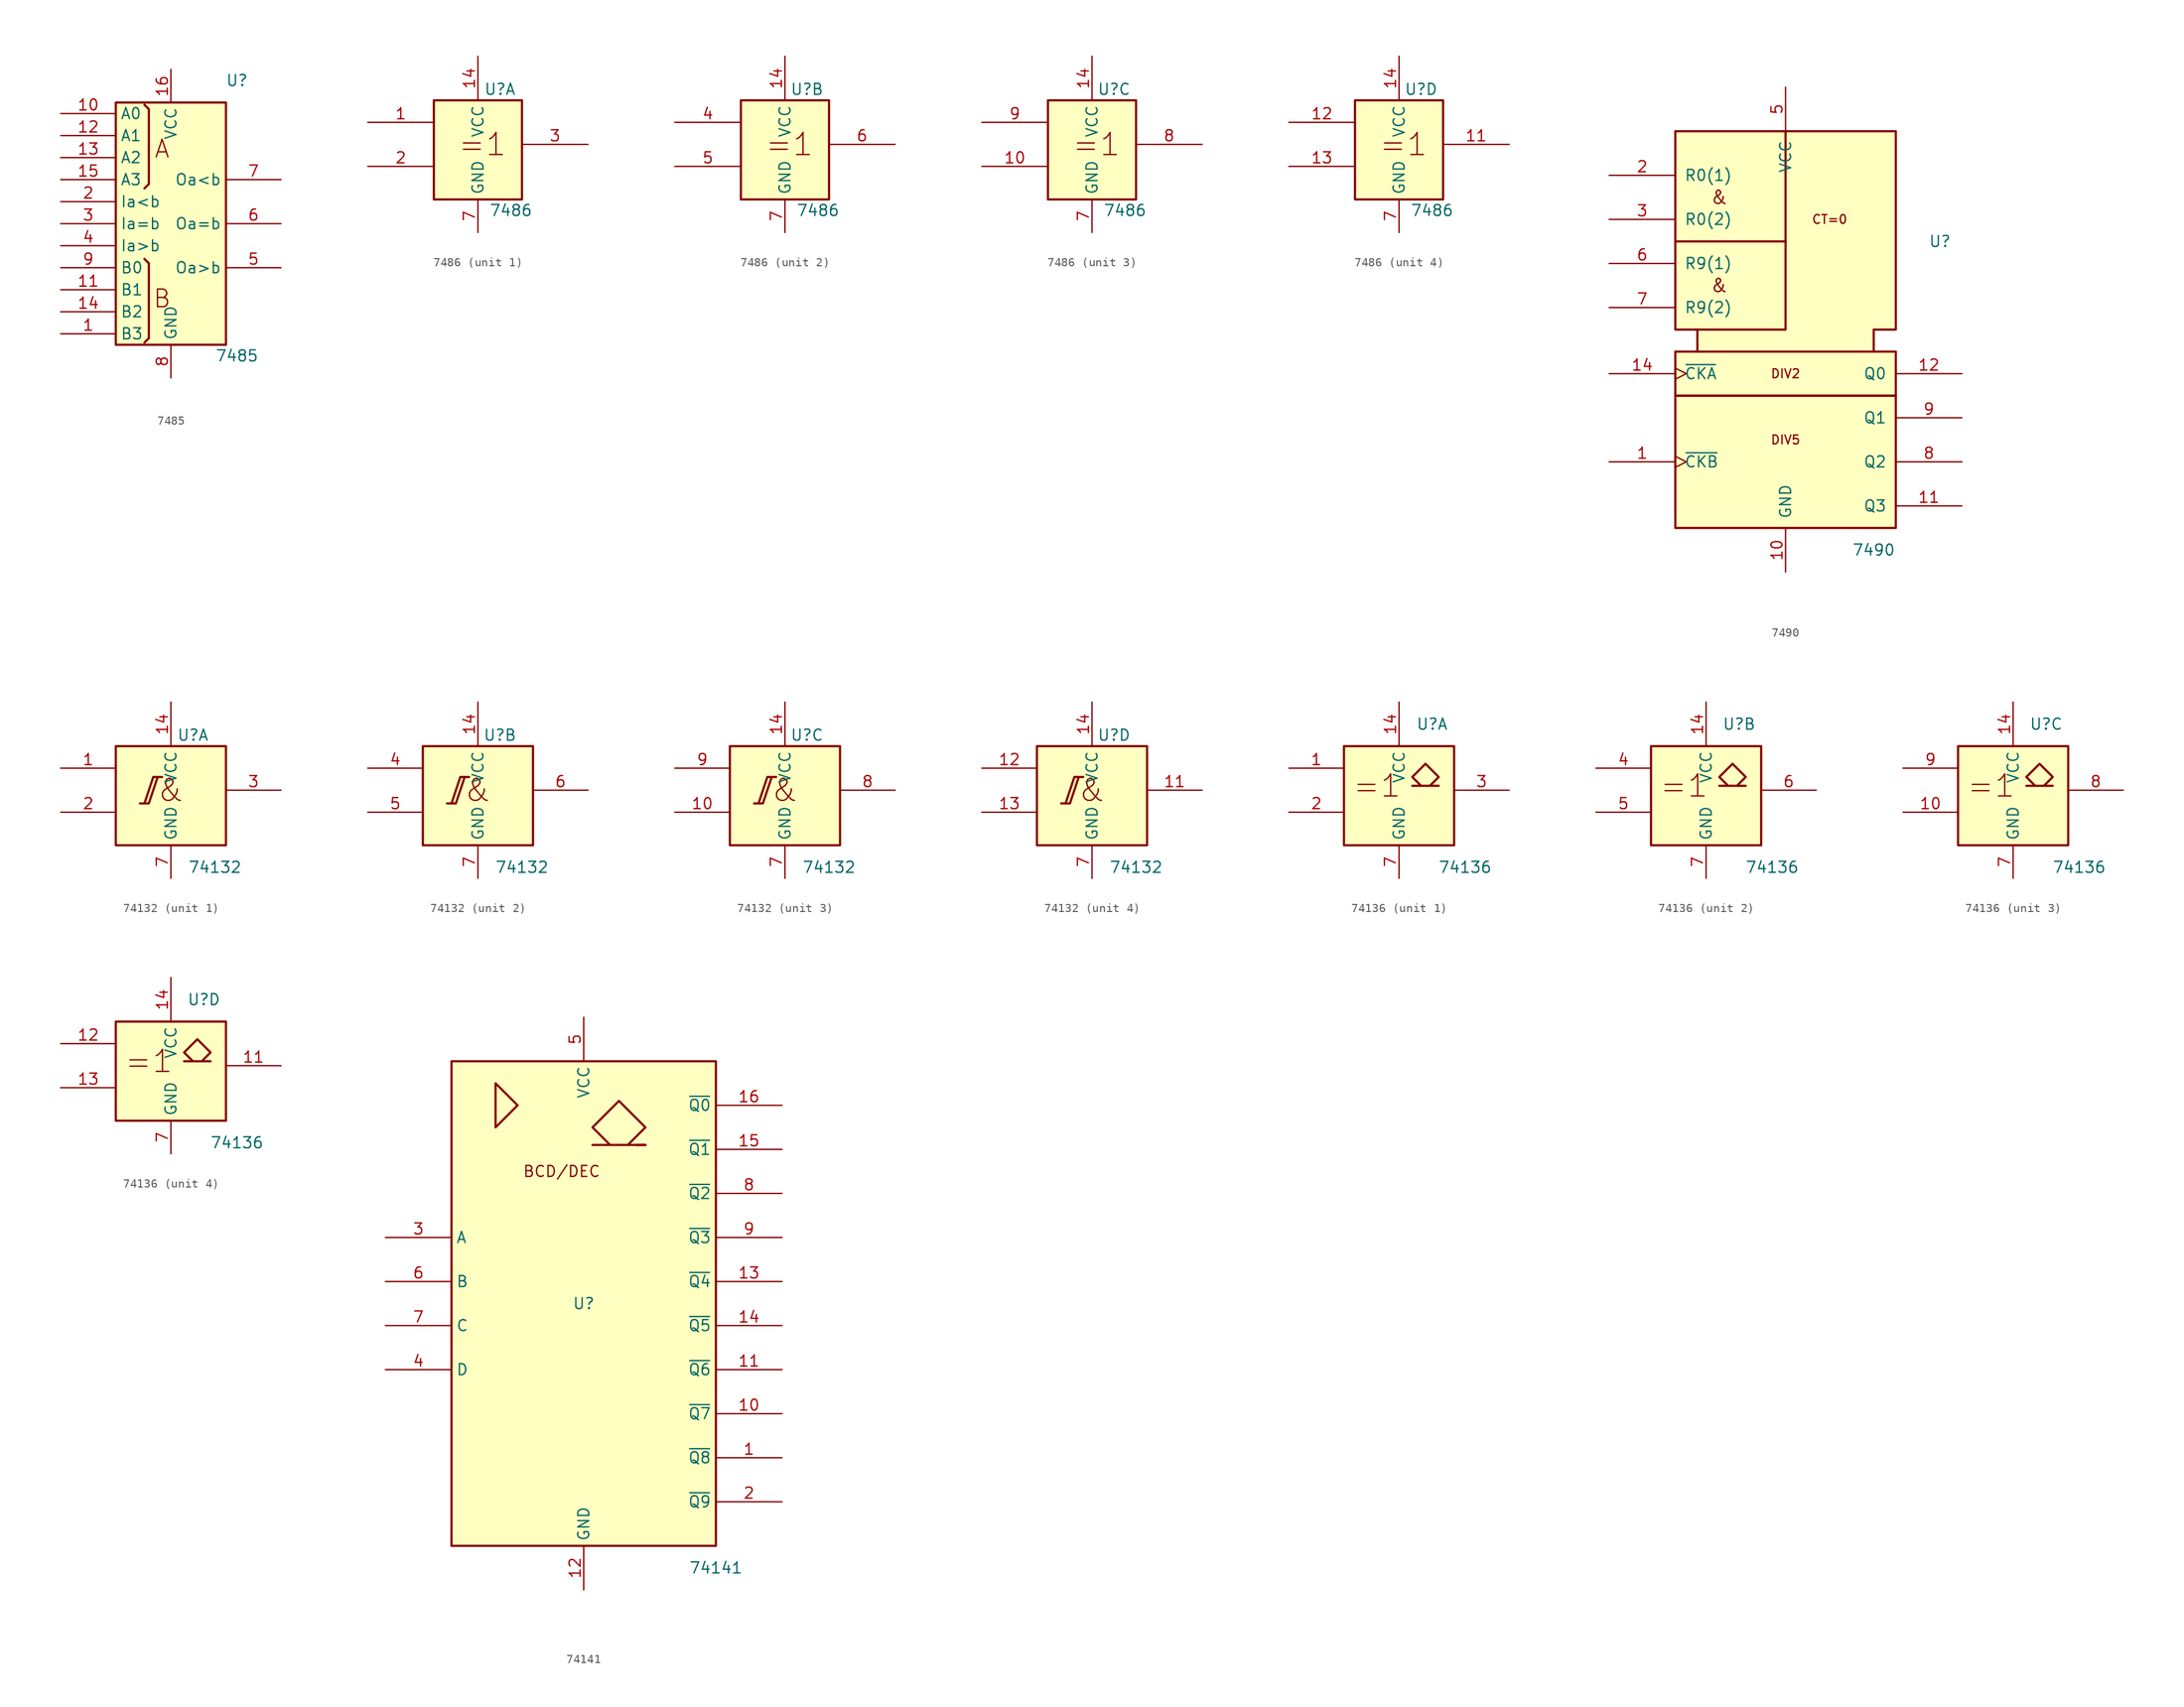
<source format=kicad_sym>
(kicad_symbol_lib
  (version 20231120)
  (generator "kicad_symbol_editor")
  (generator_version "8.0")
  (symbol "7485"
    (property "Reference" "U"
      (at 7.62 16.51 0)
      (effects (font (size 1.27 1.27))))
    (property "Value" "7485"
      (at 7.62 -15.24 0)
      (effects (font (size 1.27 1.27))))
    (symbol "7485_0_0"
      (rectangle (start -6.35 13.97) (end 6.35 -13.97) (stroke (width 0.254) (type default)) (fill (type background)))
      (polyline (pts (xy -3.048 -13.716) (xy -2.54 -13.208) (xy -2.54 -4.572) (xy -3.048 -4.064) (xy -3.048 -4.064)) (stroke (width 0.254) (type default)) (fill (type background)))
      (polyline (pts (xy -3.048 13.716) (xy -2.54 13.208) (xy -2.54 4.572) (xy -3.048 4.064) (xy -3.048 4.064)) (stroke (width 0.254) (type default)) (fill (type background)))
      (text "A" (at -1.016 8.636 0) (effects (font (size 2.032 2.032))))
      (text "B" (at -1.016 -8.636 0) (effects (font (size 2.032 2.032))))
      (pin power_in line (at 0 17.78 270) (length 3.81) (name "VCC" (effects (font (size 1.27 1.27)))) (number "16" (effects (font (size 1.27 1.27)))))
      (pin power_in line (at 0 -17.78 90) (length 3.81) (name "GND" (effects (font (size 1.27 1.27)))) (number "8" (effects (font (size 1.27 1.27))))))
    (symbol "7485_1_1"
      (pin input line (at -12.7 -12.7 0) (length 6.35) (name "B3" (effects (font (size 1.27 1.27)))) (number "1" (effects (font (size 1.27 1.27)))))
      (pin input line (at -12.7 12.7 0) (length 6.35) (name "A0" (effects (font (size 1.27 1.27)))) (number "10" (effects (font (size 1.27 1.27)))))
      (pin input line (at -12.7 -7.62 0) (length 6.35) (name "B1" (effects (font (size 1.27 1.27)))) (number "11" (effects (font (size 1.27 1.27)))))
      (pin input line (at -12.7 10.16 0) (length 6.35) (name "A1" (effects (font (size 1.27 1.27)))) (number "12" (effects (font (size 1.27 1.27)))))
      (pin input line (at -12.7 7.62 0) (length 6.35) (name "A2" (effects (font (size 1.27 1.27)))) (number "13" (effects (font (size 1.27 1.27)))))
      (pin input line (at -12.7 -10.16 0) (length 6.35) (name "B2" (effects (font (size 1.27 1.27)))) (number "14" (effects (font (size 1.27 1.27)))))
      (pin input line (at -12.7 5.08 0) (length 6.35) (name "A3" (effects (font (size 1.27 1.27)))) (number "15" (effects (font (size 1.27 1.27)))))
      (pin input line (at -12.7 2.54 0) (length 6.35) (name "Ia<b" (effects (font (size 1.27 1.27)))) (number "2" (effects (font (size 1.27 1.27)))))
      (pin input line (at -12.7 0 0) (length 6.35) (name "Ia=b" (effects (font (size 1.27 1.27)))) (number "3" (effects (font (size 1.27 1.27)))))
      (pin input line (at -12.7 -2.54 0) (length 6.35) (name "Ia>b" (effects (font (size 1.27 1.27)))) (number "4" (effects (font (size 1.27 1.27)))))
      (pin output line (at 12.7 -5.08 180) (length 6.35) (name "Oa>b" (effects (font (size 1.27 1.27)))) (number "5" (effects (font (size 1.27 1.27)))))
      (pin output line (at 12.7 0 180) (length 6.35) (name "Oa=b" (effects (font (size 1.27 1.27)))) (number "6" (effects (font (size 1.27 1.27)))))
      (pin output line (at 12.7 5.08 180) (length 6.35) (name "Oa<b" (effects (font (size 1.27 1.27)))) (number "7" (effects (font (size 1.27 1.27)))))
      (pin input line (at -12.7 -5.08 0) (length 6.35) (name "B0" (effects (font (size 1.27 1.27)))) (number "9" (effects (font (size 1.27 1.27)))))))
  (symbol "7486"
    (property "Reference" "U"
      (at 2.54 6.35 0)
      (effects (font (size 1.27 1.27))))
    (property "Value" "7486"
      (at 3.81 -7.62 0)
      (effects (font (size 1.27 1.27))))
    (symbol "7486_0_1"
      (rectangle (start -5.08 5.08) (end 5.08 -6.35) (stroke (width 0.254) (type default)) (fill (type background)))
      (text "=1" (at 0.508 0 0) (effects (font (size 2.54 2.54))))
      (pin power_in line (at 0 10.16 270) (length 5.08) (name "VCC" (effects (font (size 1.27 1.27)))) (number "14" (effects (font (size 1.27 1.27)))))
      (pin power_in line (at 0 -10.16 90) (length 3.81) (name "GND" (effects (font (size 1.27 1.27)))) (number "7" (effects (font (size 1.27 1.27))))))
    (symbol "7486_1_1"
      (pin input line (at -12.7 2.54 0) (length 7.62) (name "~" (effects (font (size 1.27 1.27)))) (number "1" (effects (font (size 1.27 1.27)))))
      (pin input line (at -12.7 -2.54 0) (length 7.62) (name "~" (effects (font (size 1.27 1.27)))) (number "2" (effects (font (size 1.27 1.27)))))
      (pin output line (at 12.7 0 180) (length 7.62) (name "~" (effects (font (size 1.27 1.27)))) (number "3" (effects (font (size 1.27 1.27))))))
    (symbol "7486_2_1"
      (pin input line (at -12.7 2.54 0) (length 7.62) (name "~" (effects (font (size 1.27 1.27)))) (number "4" (effects (font (size 1.27 1.27)))))
      (pin input line (at -12.7 -2.54 0) (length 7.62) (name "~" (effects (font (size 1.27 1.27)))) (number "5" (effects (font (size 1.27 1.27)))))
      (pin output line (at 12.7 0 180) (length 7.62) (name "~" (effects (font (size 1.27 1.27)))) (number "6" (effects (font (size 1.27 1.27))))))
    (symbol "7486_3_1"
      (pin input line (at -12.7 -2.54 0) (length 7.62) (name "~" (effects (font (size 1.27 1.27)))) (number "10" (effects (font (size 1.27 1.27)))))
      (pin output line (at 12.7 0 180) (length 7.62) (name "~" (effects (font (size 1.27 1.27)))) (number "8" (effects (font (size 1.27 1.27)))))
      (pin input line (at -12.7 2.54 0) (length 7.62) (name "~" (effects (font (size 1.27 1.27)))) (number "9" (effects (font (size 1.27 1.27))))))
    (symbol "7486_4_1"
      (pin output line (at 12.7 0 180) (length 7.62) (name "~" (effects (font (size 1.27 1.27)))) (number "11" (effects (font (size 1.27 1.27)))))
      (pin input line (at -12.7 2.54 0) (length 7.62) (name "~" (effects (font (size 1.27 1.27)))) (number "12" (effects (font (size 1.27 1.27)))))
      (pin input line (at -12.7 -2.54 0) (length 7.62) (name "~" (effects (font (size 1.27 1.27)))) (number "13" (effects (font (size 1.27 1.27)))))))
  (symbol "7490"
    (pin_names
      (offset 1.016))
    (property "Reference" "U"
      (at 17.78 30.48 0)
      (effects (font (size 1.27 1.27))))
    (property "Value" "7490"
      (at 10.16 -5.08 0)
      (effects (font (size 1.27 1.27))))
    (symbol "7490_0_0"
      (rectangle (start -12.7 12.7) (end 12.7 -2.54) (stroke (width 0.254) (type default)) (fill (type background)))
      (rectangle (start -12.7 17.78) (end 12.7 12.7) (stroke (width 0.254) (type default)) (fill (type background)))
      (polyline (pts (xy 0 30.48) (xy -12.7 30.48) (xy -12.7 30.48)) (stroke (width 0.254) (type default)) (fill (type background)))
      (polyline (pts (xy 0 43.18) (xy 0 30.48) (xy 0 30.48)) (stroke (width 0.254) (type default)) (fill (type background)))
      (polyline (pts (xy 0 30.48) (xy 0 20.32) (xy -10.16 20.32) (xy -10.16 20.32)) (stroke (width 0.254) (type default)) (fill (type background)))
      (polyline (pts (xy -10.16 17.78) (xy -10.16 20.32) (xy -12.7 20.32) (xy -12.7 43.18) (xy 12.7 43.18) (xy 12.7 20.32) (xy 10.16 20.32) (xy 10.16 17.78) (xy 10.16 17.78)) (stroke (width 0.254) (type default)) (fill (type background)))
      (text "&" (at -7.62 25.4 0) (effects (font (size 1.524 1.524))))
      (text "&" (at -7.62 35.56 0) (effects (font (size 1.524 1.524))))
      (text "CT=0" (at 5.08 33.02 0) (effects (font (size 1.016 1.016))))
      (text "DIV2" (at 0 15.24 0) (effects (font (size 1.016 1.016))))
      (text "DIV5" (at 0 7.62 0) (effects (font (size 1.016 1.016))))
      (pin power_in line (at 0 -7.62 90) (length 5.08) (name "GND" (effects (font (size 1.27 1.27)))) (number "10" (effects (font (size 1.27 1.27)))))
      (pin power_in line (at 0 48.26 270) (length 5.08) (name "VCC" (effects (font (size 1.27 1.27)))) (number "5" (effects (font (size 1.27 1.27))))))
    (symbol "7490_1_1"
      (pin input clock (at -20.32 5.08 0) (length 7.62) (name "~{CKB}" (effects (font (size 1.27 1.27)))) (number "1" (effects (font (size 1.27 1.27)))))
      (pin output line (at 20.32 0 180) (length 7.62) (name "Q3" (effects (font (size 1.27 1.27)))) (number "11" (effects (font (size 1.27 1.27)))))
      (pin output line (at 20.32 15.24 180) (length 7.62) (name "Q0" (effects (font (size 1.27 1.27)))) (number "12" (effects (font (size 1.27 1.27)))))
      (pin input clock (at -20.32 15.24 0) (length 7.62) (name "~{CKA}" (effects (font (size 1.27 1.27)))) (number "14" (effects (font (size 1.27 1.27)))))
      (pin input line (at -20.32 38.1 0) (length 7.62) (name "R0(1)" (effects (font (size 1.27 1.27)))) (number "2" (effects (font (size 1.27 1.27)))))
      (pin input line (at -20.32 33.02 0) (length 7.62) (name "R0(2)" (effects (font (size 1.27 1.27)))) (number "3" (effects (font (size 1.27 1.27)))))
      (pin input line (at -20.32 27.94 0) (length 7.62) (name "R9(1)" (effects (font (size 1.27 1.27)))) (number "6" (effects (font (size 1.27 1.27)))))
      (pin input line (at -20.32 22.86 0) (length 7.62) (name "R9(2)" (effects (font (size 1.27 1.27)))) (number "7" (effects (font (size 1.27 1.27)))))
      (pin output line (at 20.32 5.08 180) (length 7.62) (name "Q2" (effects (font (size 1.27 1.27)))) (number "8" (effects (font (size 1.27 1.27)))))
      (pin output line (at 20.32 10.16 180) (length 7.62) (name "Q1" (effects (font (size 1.27 1.27)))) (number "9" (effects (font (size 1.27 1.27)))))))
  (symbol "74132"
    (property "Reference" "U"
      (at 2.54 6.35 0)
      (effects (font (size 1.27 1.27))))
    (property "Value" "74132"
      (at 5.08 -8.89 0)
      (effects (font (size 1.27 1.27))))
    (symbol "74132_0_0"
      (polyline (pts (xy -3.556 -1.524) (xy -2.54 -1.524) (xy -1.524 1.524) (xy -1.016 1.524) (xy -2.032 1.524) (xy -3.048 -1.524) (xy -3.048 -1.524)) (stroke (width 0.254) (type default)) (fill (type background))))
    (symbol "74132_0_1"
      (rectangle (start -6.35 5.08) (end 6.35 -6.35) (stroke (width 0.254) (type default)) (fill (type background)))
      (text "&" (at 0 0 0) (effects (font (size 2.54 2.54))))
      (pin power_in line (at 0 10.16 270) (length 5.08) (name "VCC" (effects (font (size 1.27 1.27)))) (number "14" (effects (font (size 1.27 1.27)))))
      (pin power_in line (at 0 -10.16 90) (length 3.81) (name "GND" (effects (font (size 1.27 1.27)))) (number "7" (effects (font (size 1.27 1.27))))))
    (symbol "74132_1_1"
      (pin input line (at -12.7 2.54 0) (length 6.35) (name "~" (effects (font (size 1.27 1.27)))) (number "1" (effects (font (size 1.27 1.27)))))
      (pin input line (at -12.7 -2.54 0) (length 6.35) (name "~" (effects (font (size 1.27 1.27)))) (number "2" (effects (font (size 1.27 1.27)))))
      (pin output line (at 12.7 0 180) (length 6.35) (name "~" (effects (font (size 1.27 1.27)))) (number "3" (effects (font (size 1.27 1.27))))))
    (symbol "74132_2_1"
      (pin input line (at -12.7 2.54 0) (length 6.35) (name "~" (effects (font (size 1.27 1.27)))) (number "4" (effects (font (size 1.27 1.27)))))
      (pin input line (at -12.7 -2.54 0) (length 6.35) (name "~" (effects (font (size 1.27 1.27)))) (number "5" (effects (font (size 1.27 1.27)))))
      (pin output line (at 12.7 0 180) (length 6.35) (name "~" (effects (font (size 1.27 1.27)))) (number "6" (effects (font (size 1.27 1.27))))))
    (symbol "74132_3_1"
      (pin input line (at -12.7 -2.54 0) (length 6.35) (name "~" (effects (font (size 1.27 1.27)))) (number "10" (effects (font (size 1.27 1.27)))))
      (pin output line (at 12.7 0 180) (length 6.35) (name "~" (effects (font (size 1.27 1.27)))) (number "8" (effects (font (size 1.27 1.27)))))
      (pin input line (at -12.7 2.54 0) (length 6.35) (name "~" (effects (font (size 1.27 1.27)))) (number "9" (effects (font (size 1.27 1.27))))))
    (symbol "74132_4_1"
      (pin output line (at 12.7 0 180) (length 6.35) (name "~" (effects (font (size 1.27 1.27)))) (number "11" (effects (font (size 1.27 1.27)))))
      (pin input line (at -12.7 2.54 0) (length 6.35) (name "~" (effects (font (size 1.27 1.27)))) (number "12" (effects (font (size 1.27 1.27)))))
      (pin input line (at -12.7 -2.54 0) (length 6.35) (name "~" (effects (font (size 1.27 1.27)))) (number "13" (effects (font (size 1.27 1.27)))))))
  (symbol "74136"
    (property "Reference" "U"
      (at 3.81 7.62 0)
      (effects (font (size 1.27 1.27))))
    (property "Value" "74136"
      (at 7.62 -8.89 0)
      (effects (font (size 1.27 1.27))))
    (symbol "74136_0_1"
      (rectangle (start -6.35 5.08) (end 6.35 -6.35) (stroke (width 0.254) (type default)) (fill (type background)))
      (polyline (pts (xy 3.556 0.508) (xy 4.572 1.524) (xy 3.048 3.048) (xy 1.524 1.524) (xy 2.54 0.508) (xy 1.524 0.508) (xy 4.572 0.508) (xy 4.572 0.508)) (stroke (width 0.254) (type default)) (fill (type background)))
      (text "=1" (at -2.54 0.508 0) (effects (font (size 2.54 2.54))))
      (pin power_in line (at 0 10.16 270) (length 5.08) (name "VCC" (effects (font (size 1.27 1.27)))) (number "14" (effects (font (size 1.27 1.27)))))
      (pin power_in line (at 0 -10.16 90) (length 3.81) (name "GND" (effects (font (size 1.27 1.27)))) (number "7" (effects (font (size 1.27 1.27))))))
    (symbol "74136_1_1"
      (pin input line (at -12.7 2.54 0) (length 6.35) (name "~" (effects (font (size 1.27 1.27)))) (number "1" (effects (font (size 1.27 1.27)))))
      (pin input line (at -12.7 -2.54 0) (length 6.35) (name "~" (effects (font (size 1.27 1.27)))) (number "2" (effects (font (size 1.27 1.27)))))
      (pin open_collector line (at 12.7 0 180) (length 6.35) (name "~" (effects (font (size 1.27 1.27)))) (number "3" (effects (font (size 1.27 1.27))))))
    (symbol "74136_2_1"
      (pin input line (at -12.7 2.54 0) (length 6.35) (name "~" (effects (font (size 1.27 1.27)))) (number "4" (effects (font (size 1.27 1.27)))))
      (pin input line (at -12.7 -2.54 0) (length 6.35) (name "~" (effects (font (size 1.27 1.27)))) (number "5" (effects (font (size 1.27 1.27)))))
      (pin open_collector line (at 12.7 0 180) (length 6.35) (name "~" (effects (font (size 1.27 1.27)))) (number "6" (effects (font (size 1.27 1.27))))))
    (symbol "74136_3_1"
      (pin input line (at -12.7 -2.54 0) (length 6.35) (name "~" (effects (font (size 1.27 1.27)))) (number "10" (effects (font (size 1.27 1.27)))))
      (pin open_collector line (at 12.7 0 180) (length 6.35) (name "~" (effects (font (size 1.27 1.27)))) (number "8" (effects (font (size 1.27 1.27)))))
      (pin input line (at -12.7 2.54 0) (length 6.35) (name "~" (effects (font (size 1.27 1.27)))) (number "9" (effects (font (size 1.27 1.27))))))
    (symbol "74136_4_1"
      (pin open_collector line (at 12.7 0 180) (length 6.35) (name "~" (effects (font (size 1.27 1.27)))) (number "11" (effects (font (size 1.27 1.27)))))
      (pin input line (at -12.7 2.54 0) (length 6.35) (name "~" (effects (font (size 1.27 1.27)))) (number "12" (effects (font (size 1.27 1.27)))))
      (pin input line (at -12.7 -2.54 0) (length 6.35) (name "~" (effects (font (size 1.27 1.27)))) (number "13" (effects (font (size 1.27 1.27)))))))
  (symbol "74141"
    (property "Reference" "U"
      (at 0 0 0)
      (effects (font (size 1.27 1.27))))
    (property "Value" "74141"
      (at 15.24 -30.48 0)
      (effects (font (size 1.27 1.27))))
    (symbol "74141_0_0"
      (polyline (pts (xy 7.112 18.288) (xy 6.096 18.288) (xy 6.096 18.288)) (stroke (width 0.254) (type default)) (fill (type background)))
      (polyline (pts (xy -10.16 25.4) (xy -10.16 20.32) (xy -7.62 22.86) (xy -10.16 25.4) (xy -10.16 25.4)) (stroke (width 0.254) (type default)) (fill (type background)))
      (polyline (pts (xy 5.08 18.288) (xy 7.112 20.32) (xy 4.064 23.368) (xy 1.016 20.32) (xy 3.048 18.288) (xy 1.016 18.288) (xy 7.112 18.288)) (stroke (width 0.254) (type default)) (fill (type background)))
      (text "BCD/DEC" (at -2.54 15.24 0) (effects (font (size 1.27 1.27))))
      (pin power_in line (at 0 -33.02 90) (length 5.08) (name "GND" (effects (font (size 1.27 1.27)))) (number "12" (effects (font (size 1.27 1.27)))))
      (pin power_in line (at 0 33.02 270) (length 5.08) (name "VCC" (effects (font (size 1.27 1.27)))) (number "5" (effects (font (size 1.27 1.27))))))
    (symbol "74141_0_1"
      (rectangle (start -15.24 27.94) (end 15.24 -27.94) (stroke (width 0.254) (type default)) (fill (type background))))
    (symbol "74141_1_1"
      (pin open_collector line (at 22.86 -17.78 180) (length 7.62) (name "~{Q8}" (effects (font (size 1.27 1.27)))) (number "1" (effects (font (size 1.27 1.27)))))
      (pin open_collector line (at 22.86 -12.7 180) (length 7.62) (name "~{Q7}" (effects (font (size 1.27 1.27)))) (number "10" (effects (font (size 1.27 1.27)))))
      (pin open_collector line (at 22.86 -7.62 180) (length 7.62) (name "~{Q6}" (effects (font (size 1.27 1.27)))) (number "11" (effects (font (size 1.27 1.27)))))
      (pin open_collector line (at 22.86 2.54 180) (length 7.62) (name "~{Q4}" (effects (font (size 1.27 1.27)))) (number "13" (effects (font (size 1.27 1.27)))))
      (pin open_collector line (at 22.86 -2.54 180) (length 7.62) (name "~{Q5}" (effects (font (size 1.27 1.27)))) (number "14" (effects (font (size 1.27 1.27)))))
      (pin open_collector line (at 22.86 17.78 180) (length 7.62) (name "~{Q1}" (effects (font (size 1.27 1.27)))) (number "15" (effects (font (size 1.27 1.27)))))
      (pin open_collector line (at 22.86 22.86 180) (length 7.62) (name "~{Q0}" (effects (font (size 1.27 1.27)))) (number "16" (effects (font (size 1.27 1.27)))))
      (pin open_collector line (at 22.86 -22.86 180) (length 7.62) (name "~{Q9}" (effects (font (size 1.27 1.27)))) (number "2" (effects (font (size 1.27 1.27)))))
      (pin input line (at -22.86 7.62 0) (length 7.62) (name "A" (effects (font (size 1.27 1.27)))) (number "3" (effects (font (size 1.27 1.27)))))
      (pin input line (at -22.86 -7.62 0) (length 7.62) (name "D" (effects (font (size 1.27 1.27)))) (number "4" (effects (font (size 1.27 1.27)))))
      (pin input line (at -22.86 2.54 0) (length 7.62) (name "B" (effects (font (size 1.27 1.27)))) (number "6" (effects (font (size 1.27 1.27)))))
      (pin input line (at -22.86 -2.54 0) (length 7.62) (name "C" (effects (font (size 1.27 1.27)))) (number "7" (effects (font (size 1.27 1.27)))))
      (pin open_collector line (at 22.86 12.7 180) (length 7.62) (name "~{Q2}" (effects (font (size 1.27 1.27)))) (number "8" (effects (font (size 1.27 1.27)))))
      (pin open_collector line (at 22.86 7.62 180) (length 7.62) (name "~{Q3}" (effects (font (size 1.27 1.27)))) (number "9" (effects (font (size 1.27 1.27))))))))
</source>
